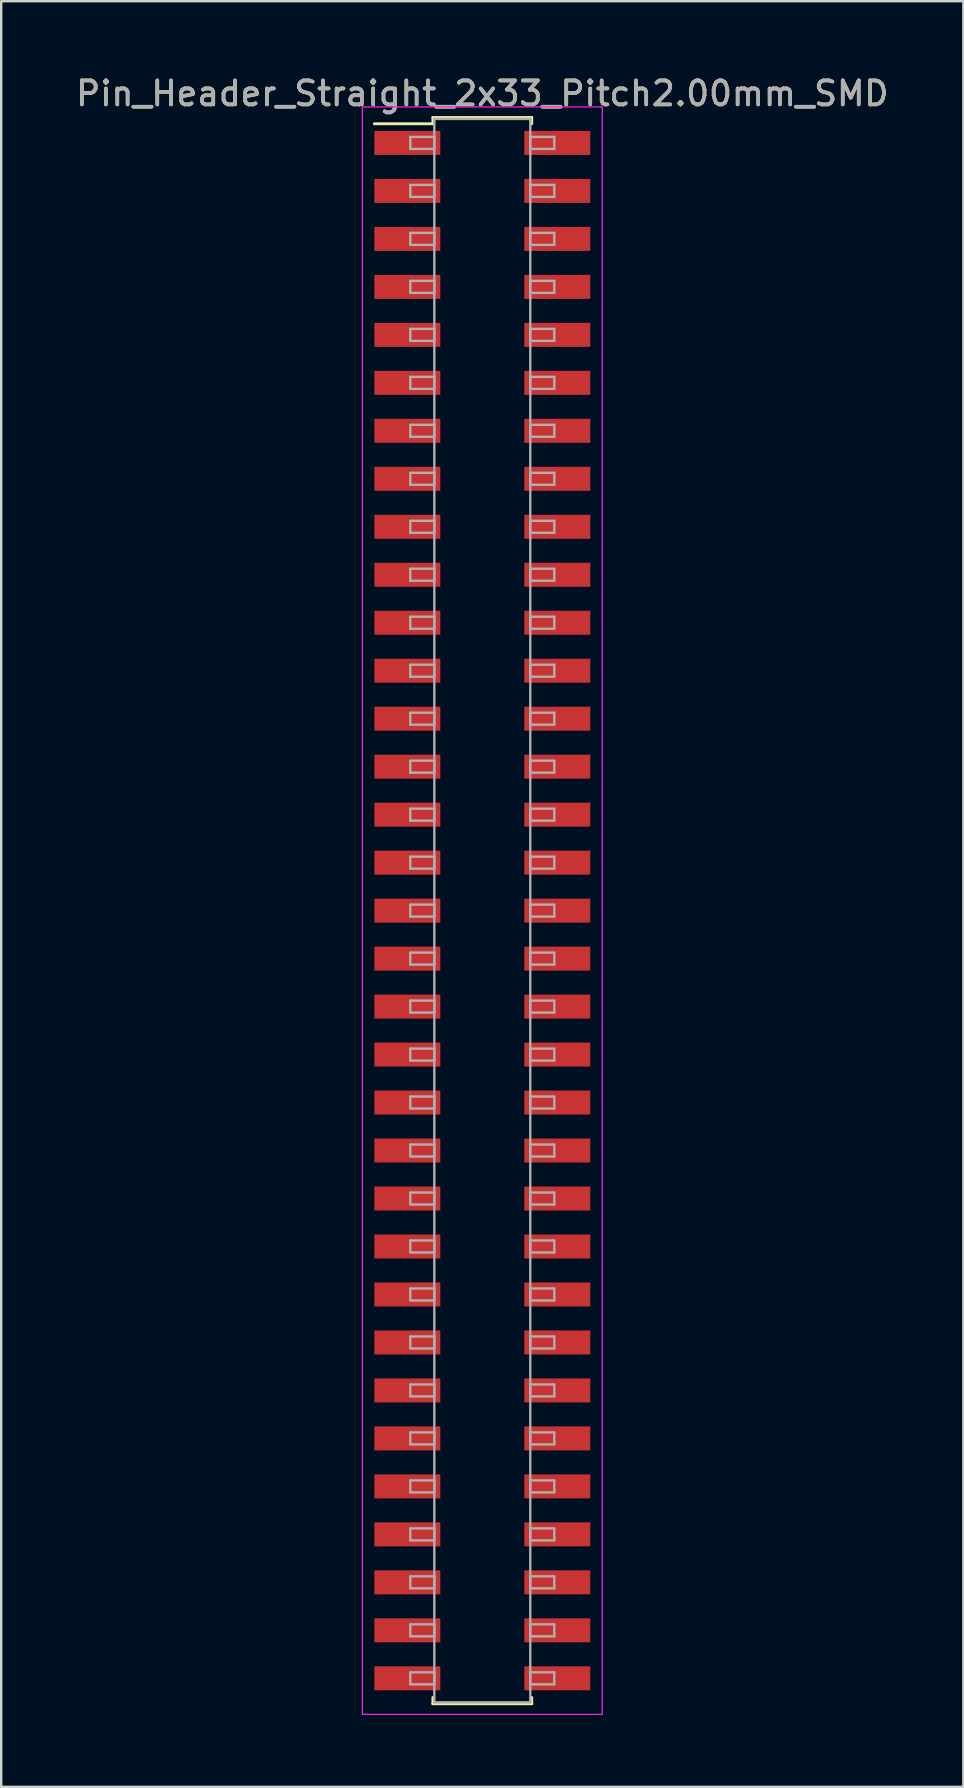
<source format=kicad_pcb>
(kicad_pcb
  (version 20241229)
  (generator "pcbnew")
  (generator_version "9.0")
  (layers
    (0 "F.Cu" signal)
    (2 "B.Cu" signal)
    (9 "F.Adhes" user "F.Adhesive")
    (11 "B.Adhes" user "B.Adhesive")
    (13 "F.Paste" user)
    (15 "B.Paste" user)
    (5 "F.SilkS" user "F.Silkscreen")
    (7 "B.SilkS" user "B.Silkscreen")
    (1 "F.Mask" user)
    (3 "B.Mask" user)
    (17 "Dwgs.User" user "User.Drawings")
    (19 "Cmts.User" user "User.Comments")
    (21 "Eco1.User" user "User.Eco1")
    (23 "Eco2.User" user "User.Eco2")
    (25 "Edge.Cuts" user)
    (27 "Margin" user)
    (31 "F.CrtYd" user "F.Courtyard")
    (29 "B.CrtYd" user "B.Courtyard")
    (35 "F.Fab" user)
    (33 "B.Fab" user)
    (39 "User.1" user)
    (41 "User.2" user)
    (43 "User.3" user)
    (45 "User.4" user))
  (footprint "Pin_Header_Straight_2x33_Pitch2.00mm_SMD"
    (layer "F.Cu")
    (at 17.054 34.908)
    (property "Reference" "Pin_Header_Straight_2x33_Pitch2.00mm_SMD" (at 0 -34.06 0) (layer "F.SilkS") (effects (font (size 1 1) (thickness 0.15))))
    (attr smd)
    (fp_line (start -4.5 -32.8) (end -2.06 -32.8) (stroke (width 0.12) (type solid)) (layer "F.SilkS"))
    (fp_line (start -2.06 -33.06) (end 2.06 -33.06) (stroke (width 0.12) (type solid)) (layer "F.SilkS"))
    (fp_line (start -2.06 -32.8) (end -2.06 -33.06) (stroke (width 0.12) (type solid)) (layer "F.SilkS"))
    (fp_line (start -2.06 32.8) (end -2.06 33.06) (stroke (width 0.12) (type solid)) (layer "F.SilkS"))
    (fp_line (start -2.06 33.06) (end 2.06 33.06) (stroke (width 0.12) (type solid)) (layer "F.SilkS"))
    (fp_line (start 2.06 -33.06) (end 2.06 -32.8) (stroke (width 0.12) (type solid)) (layer "F.SilkS"))
    (fp_line (start 2.06 33.06) (end 2.06 32.8) (stroke (width 0.12) (type solid)) (layer "F.SilkS"))
    (fp_line (start -5 -33.5) (end -5 33.5) (stroke (width 0.05) (type solid)) (layer "F.CrtYd"))
    (fp_line (start -5 33.5) (end 5 33.5) (stroke (width 0.05) (type solid)) (layer "F.CrtYd"))
    (fp_line (start 5 -33.5) (end -5 -33.5) (stroke (width 0.05) (type solid)) (layer "F.CrtYd"))
    (fp_line (start 5 33.5) (end 5 -33.5) (stroke (width 0.05) (type solid)) (layer "F.CrtYd"))
    (fp_line (start -3 -32.25) (end -2 -32.25) (stroke (width 0.1) (type solid)) (layer "F.Fab"))
    (fp_line (start -3 -31.75) (end -3 -32.25) (stroke (width 0.1) (type solid)) (layer "F.Fab"))
    (fp_line (start -3 -30.25) (end -2 -30.25) (stroke (width 0.1) (type solid)) (layer "F.Fab"))
    (fp_line (start -3 -29.75) (end -3 -30.25) (stroke (width 0.1) (type solid)) (layer "F.Fab"))
    (fp_line (start -3 -28.25) (end -2 -28.25) (stroke (width 0.1) (type solid)) (layer "F.Fab"))
    (fp_line (start -3 -27.75) (end -3 -28.25) (stroke (width 0.1) (type solid)) (layer "F.Fab"))
    (fp_line (start -3 -26.25) (end -2 -26.25) (stroke (width 0.1) (type solid)) (layer "F.Fab"))
    (fp_line (start -3 -25.75) (end -3 -26.25) (stroke (width 0.1) (type solid)) (layer "F.Fab"))
    (fp_line (start -3 -24.25) (end -2 -24.25) (stroke (width 0.1) (type solid)) (layer "F.Fab"))
    (fp_line (start -3 -23.75) (end -3 -24.25) (stroke (width 0.1) (type solid)) (layer "F.Fab"))
    (fp_line (start -3 -22.25) (end -2 -22.25) (stroke (width 0.1) (type solid)) (layer "F.Fab"))
    (fp_line (start -3 -21.75) (end -3 -22.25) (stroke (width 0.1) (type solid)) (layer "F.Fab"))
    (fp_line (start -3 -20.25) (end -2 -20.25) (stroke (width 0.1) (type solid)) (layer "F.Fab"))
    (fp_line (start -3 -19.75) (end -3 -20.25) (stroke (width 0.1) (type solid)) (layer "F.Fab"))
    (fp_line (start -3 -18.25) (end -2 -18.25) (stroke (width 0.1) (type solid)) (layer "F.Fab"))
    (fp_line (start -3 -17.75) (end -3 -18.25) (stroke (width 0.1) (type solid)) (layer "F.Fab"))
    (fp_line (start -3 -16.25) (end -2 -16.25) (stroke (width 0.1) (type solid)) (layer "F.Fab"))
    (fp_line (start -3 -15.75) (end -3 -16.25) (stroke (width 0.1) (type solid)) (layer "F.Fab"))
    (fp_line (start -3 -14.25) (end -2 -14.25) (stroke (width 0.1) (type solid)) (layer "F.Fab"))
    (fp_line (start -3 -13.75) (end -3 -14.25) (stroke (width 0.1) (type solid)) (layer "F.Fab"))
    (fp_line (start -3 -12.25) (end -2 -12.25) (stroke (width 0.1) (type solid)) (layer "F.Fab"))
    (fp_line (start -3 -11.75) (end -3 -12.25) (stroke (width 0.1) (type solid)) (layer "F.Fab"))
    (fp_line (start -3 -10.25) (end -2 -10.25) (stroke (width 0.1) (type solid)) (layer "F.Fab"))
    (fp_line (start -3 -9.75) (end -3 -10.25) (stroke (width 0.1) (type solid)) (layer "F.Fab"))
    (fp_line (start -3 -8.25) (end -2 -8.25) (stroke (width 0.1) (type solid)) (layer "F.Fab"))
    (fp_line (start -3 -7.75) (end -3 -8.25) (stroke (width 0.1) (type solid)) (layer "F.Fab"))
    (fp_line (start -3 -6.25) (end -2 -6.25) (stroke (width 0.1) (type solid)) (layer "F.Fab"))
    (fp_line (start -3 -5.75) (end -3 -6.25) (stroke (width 0.1) (type solid)) (layer "F.Fab"))
    (fp_line (start -3 -4.25) (end -2 -4.25) (stroke (width 0.1) (type solid)) (layer "F.Fab"))
    (fp_line (start -3 -3.75) (end -3 -4.25) (stroke (width 0.1) (type solid)) (layer "F.Fab"))
    (fp_line (start -3 -2.25) (end -2 -2.25) (stroke (width 0.1) (type solid)) (layer "F.Fab"))
    (fp_line (start -3 -1.75) (end -3 -2.25) (stroke (width 0.1) (type solid)) (layer "F.Fab"))
    (fp_line (start -3 -0.25) (end -2 -0.25) (stroke (width 0.1) (type solid)) (layer "F.Fab"))
    (fp_line (start -3 0.25) (end -3 -0.25) (stroke (width 0.1) (type solid)) (layer "F.Fab"))
    (fp_line (start -3 1.75) (end -2 1.75) (stroke (width 0.1) (type solid)) (layer "F.Fab"))
    (fp_line (start -3 2.25) (end -3 1.75) (stroke (width 0.1) (type solid)) (layer "F.Fab"))
    (fp_line (start -3 3.75) (end -2 3.75) (stroke (width 0.1) (type solid)) (layer "F.Fab"))
    (fp_line (start -3 4.25) (end -3 3.75) (stroke (width 0.1) (type solid)) (layer "F.Fab"))
    (fp_line (start -3 5.75) (end -2 5.75) (stroke (width 0.1) (type solid)) (layer "F.Fab"))
    (fp_line (start -3 6.25) (end -3 5.75) (stroke (width 0.1) (type solid)) (layer "F.Fab"))
    (fp_line (start -3 7.75) (end -2 7.75) (stroke (width 0.1) (type solid)) (layer "F.Fab"))
    (fp_line (start -3 8.25) (end -3 7.75) (stroke (width 0.1) (type solid)) (layer "F.Fab"))
    (fp_line (start -3 9.75) (end -2 9.75) (stroke (width 0.1) (type solid)) (layer "F.Fab"))
    (fp_line (start -3 10.25) (end -3 9.75) (stroke (width 0.1) (type solid)) (layer "F.Fab"))
    (fp_line (start -3 11.75) (end -2 11.75) (stroke (width 0.1) (type solid)) (layer "F.Fab"))
    (fp_line (start -3 12.25) (end -3 11.75) (stroke (width 0.1) (type solid)) (layer "F.Fab"))
    (fp_line (start -3 13.75) (end -2 13.75) (stroke (width 0.1) (type solid)) (layer "F.Fab"))
    (fp_line (start -3 14.25) (end -3 13.75) (stroke (width 0.1) (type solid)) (layer "F.Fab"))
    (fp_line (start -3 15.75) (end -2 15.75) (stroke (width 0.1) (type solid)) (layer "F.Fab"))
    (fp_line (start -3 16.25) (end -3 15.75) (stroke (width 0.1) (type solid)) (layer "F.Fab"))
    (fp_line (start -3 17.75) (end -2 17.75) (stroke (width 0.1) (type solid)) (layer "F.Fab"))
    (fp_line (start -3 18.25) (end -3 17.75) (stroke (width 0.1) (type solid)) (layer "F.Fab"))
    (fp_line (start -3 19.75) (end -2 19.75) (stroke (width 0.1) (type solid)) (layer "F.Fab"))
    (fp_line (start -3 20.25) (end -3 19.75) (stroke (width 0.1) (type solid)) (layer "F.Fab"))
    (fp_line (start -3 21.75) (end -2 21.75) (stroke (width 0.1) (type solid)) (layer "F.Fab"))
    (fp_line (start -3 22.25) (end -3 21.75) (stroke (width 0.1) (type solid)) (layer "F.Fab"))
    (fp_line (start -3 23.75) (end -2 23.75) (stroke (width 0.1) (type solid)) (layer "F.Fab"))
    (fp_line (start -3 24.25) (end -3 23.75) (stroke (width 0.1) (type solid)) (layer "F.Fab"))
    (fp_line (start -3 25.75) (end -2 25.75) (stroke (width 0.1) (type solid)) (layer "F.Fab"))
    (fp_line (start -3 26.25) (end -3 25.75) (stroke (width 0.1) (type solid)) (layer "F.Fab"))
    (fp_line (start -3 27.75) (end -2 27.75) (stroke (width 0.1) (type solid)) (layer "F.Fab"))
    (fp_line (start -3 28.25) (end -3 27.75) (stroke (width 0.1) (type solid)) (layer "F.Fab"))
    (fp_line (start -3 29.75) (end -2 29.75) (stroke (width 0.1) (type solid)) (layer "F.Fab"))
    (fp_line (start -3 30.25) (end -3 29.75) (stroke (width 0.1) (type solid)) (layer "F.Fab"))
    (fp_line (start -3 31.75) (end -2 31.75) (stroke (width 0.1) (type solid)) (layer "F.Fab"))
    (fp_line (start -3 32.25) (end -3 31.75) (stroke (width 0.1) (type solid)) (layer "F.Fab"))
    (fp_line (start -2 -33) (end -2 33) (stroke (width 0.1) (type solid)) (layer "F.Fab"))
    (fp_line (start -2 -32.25) (end -2 -31.75) (stroke (width 0.1) (type solid)) (layer "F.Fab"))
    (fp_line (start -2 -31.75) (end -3 -31.75) (stroke (width 0.1) (type solid)) (layer "F.Fab"))
    (fp_line (start -2 -30.25) (end -2 -29.75) (stroke (width 0.1) (type solid)) (layer "F.Fab"))
    (fp_line (start -2 -29.75) (end -3 -29.75) (stroke (width 0.1) (type solid)) (layer "F.Fab"))
    (fp_line (start -2 -28.25) (end -2 -27.75) (stroke (width 0.1) (type solid)) (layer "F.Fab"))
    (fp_line (start -2 -27.75) (end -3 -27.75) (stroke (width 0.1) (type solid)) (layer "F.Fab"))
    (fp_line (start -2 -26.25) (end -2 -25.75) (stroke (width 0.1) (type solid)) (layer "F.Fab"))
    (fp_line (start -2 -25.75) (end -3 -25.75) (stroke (width 0.1) (type solid)) (layer "F.Fab"))
    (fp_line (start -2 -24.25) (end -2 -23.75) (stroke (width 0.1) (type solid)) (layer "F.Fab"))
    (fp_line (start -2 -23.75) (end -3 -23.75) (stroke (width 0.1) (type solid)) (layer "F.Fab"))
    (fp_line (start -2 -22.25) (end -2 -21.75) (stroke (width 0.1) (type solid)) (layer "F.Fab"))
    (fp_line (start -2 -21.75) (end -3 -21.75) (stroke (width 0.1) (type solid)) (layer "F.Fab"))
    (fp_line (start -2 -20.25) (end -2 -19.75) (stroke (width 0.1) (type solid)) (layer "F.Fab"))
    (fp_line (start -2 -19.75) (end -3 -19.75) (stroke (width 0.1) (type solid)) (layer "F.Fab"))
    (fp_line (start -2 -18.25) (end -2 -17.75) (stroke (width 0.1) (type solid)) (layer "F.Fab"))
    (fp_line (start -2 -17.75) (end -3 -17.75) (stroke (width 0.1) (type solid)) (layer "F.Fab"))
    (fp_line (start -2 -16.25) (end -2 -15.75) (stroke (width 0.1) (type solid)) (layer "F.Fab"))
    (fp_line (start -2 -15.75) (end -3 -15.75) (stroke (width 0.1) (type solid)) (layer "F.Fab"))
    (fp_line (start -2 -14.25) (end -2 -13.75) (stroke (width 0.1) (type solid)) (layer "F.Fab"))
    (fp_line (start -2 -13.75) (end -3 -13.75) (stroke (width 0.1) (type solid)) (layer "F.Fab"))
    (fp_line (start -2 -12.25) (end -2 -11.75) (stroke (width 0.1) (type solid)) (layer "F.Fab"))
    (fp_line (start -2 -11.75) (end -3 -11.75) (stroke (width 0.1) (type solid)) (layer "F.Fab"))
    (fp_line (start -2 -10.25) (end -2 -9.75) (stroke (width 0.1) (type solid)) (layer "F.Fab"))
    (fp_line (start -2 -9.75) (end -3 -9.75) (stroke (width 0.1) (type solid)) (layer "F.Fab"))
    (fp_line (start -2 -8.25) (end -2 -7.75) (stroke (width 0.1) (type solid)) (layer "F.Fab"))
    (fp_line (start -2 -7.75) (end -3 -7.75) (stroke (width 0.1) (type solid)) (layer "F.Fab"))
    (fp_line (start -2 -6.25) (end -2 -5.75) (stroke (width 0.1) (type solid)) (layer "F.Fab"))
    (fp_line (start -2 -5.75) (end -3 -5.75) (stroke (width 0.1) (type solid)) (layer "F.Fab"))
    (fp_line (start -2 -4.25) (end -2 -3.75) (stroke (width 0.1) (type solid)) (layer "F.Fab"))
    (fp_line (start -2 -3.75) (end -3 -3.75) (stroke (width 0.1) (type solid)) (layer "F.Fab"))
    (fp_line (start -2 -2.25) (end -2 -1.75) (stroke (width 0.1) (type solid)) (layer "F.Fab"))
    (fp_line (start -2 -1.75) (end -3 -1.75) (stroke (width 0.1) (type solid)) (layer "F.Fab"))
    (fp_line (start -2 -0.25) (end -2 0.25) (stroke (width 0.1) (type solid)) (layer "F.Fab"))
    (fp_line (start -2 0.25) (end -3 0.25) (stroke (width 0.1) (type solid)) (layer "F.Fab"))
    (fp_line (start -2 1.75) (end -2 2.25) (stroke (width 0.1) (type solid)) (layer "F.Fab"))
    (fp_line (start -2 2.25) (end -3 2.25) (stroke (width 0.1) (type solid)) (layer "F.Fab"))
    (fp_line (start -2 3.75) (end -2 4.25) (stroke (width 0.1) (type solid)) (layer "F.Fab"))
    (fp_line (start -2 4.25) (end -3 4.25) (stroke (width 0.1) (type solid)) (layer "F.Fab"))
    (fp_line (start -2 5.75) (end -2 6.25) (stroke (width 0.1) (type solid)) (layer "F.Fab"))
    (fp_line (start -2 6.25) (end -3 6.25) (stroke (width 0.1) (type solid)) (layer "F.Fab"))
    (fp_line (start -2 7.75) (end -2 8.25) (stroke (width 0.1) (type solid)) (layer "F.Fab"))
    (fp_line (start -2 8.25) (end -3 8.25) (stroke (width 0.1) (type solid)) (layer "F.Fab"))
    (fp_line (start -2 9.75) (end -2 10.25) (stroke (width 0.1) (type solid)) (layer "F.Fab"))
    (fp_line (start -2 10.25) (end -3 10.25) (stroke (width 0.1) (type solid)) (layer "F.Fab"))
    (fp_line (start -2 11.75) (end -2 12.25) (stroke (width 0.1) (type solid)) (layer "F.Fab"))
    (fp_line (start -2 12.25) (end -3 12.25) (stroke (width 0.1) (type solid)) (layer "F.Fab"))
    (fp_line (start -2 13.75) (end -2 14.25) (stroke (width 0.1) (type solid)) (layer "F.Fab"))
    (fp_line (start -2 14.25) (end -3 14.25) (stroke (width 0.1) (type solid)) (layer "F.Fab"))
    (fp_line (start -2 15.75) (end -2 16.25) (stroke (width 0.1) (type solid)) (layer "F.Fab"))
    (fp_line (start -2 16.25) (end -3 16.25) (stroke (width 0.1) (type solid)) (layer "F.Fab"))
    (fp_line (start -2 17.75) (end -2 18.25) (stroke (width 0.1) (type solid)) (layer "F.Fab"))
    (fp_line (start -2 18.25) (end -3 18.25) (stroke (width 0.1) (type solid)) (layer "F.Fab"))
    (fp_line (start -2 19.75) (end -2 20.25) (stroke (width 0.1) (type solid)) (layer "F.Fab"))
    (fp_line (start -2 20.25) (end -3 20.25) (stroke (width 0.1) (type solid)) (layer "F.Fab"))
    (fp_line (start -2 21.75) (end -2 22.25) (stroke (width 0.1) (type solid)) (layer "F.Fab"))
    (fp_line (start -2 22.25) (end -3 22.25) (stroke (width 0.1) (type solid)) (layer "F.Fab"))
    (fp_line (start -2 23.75) (end -2 24.25) (stroke (width 0.1) (type solid)) (layer "F.Fab"))
    (fp_line (start -2 24.25) (end -3 24.25) (stroke (width 0.1) (type solid)) (layer "F.Fab"))
    (fp_line (start -2 25.75) (end -2 26.25) (stroke (width 0.1) (type solid)) (layer "F.Fab"))
    (fp_line (start -2 26.25) (end -3 26.25) (stroke (width 0.1) (type solid)) (layer "F.Fab"))
    (fp_line (start -2 27.75) (end -2 28.25) (stroke (width 0.1) (type solid)) (layer "F.Fab"))
    (fp_line (start -2 28.25) (end -3 28.25) (stroke (width 0.1) (type solid)) (layer "F.Fab"))
    (fp_line (start -2 29.75) (end -2 30.25) (stroke (width 0.1) (type solid)) (layer "F.Fab"))
    (fp_line (start -2 30.25) (end -3 30.25) (stroke (width 0.1) (type solid)) (layer "F.Fab"))
    (fp_line (start -2 31.75) (end -2 32.25) (stroke (width 0.1) (type solid)) (layer "F.Fab"))
    (fp_line (start -2 32.25) (end -3 32.25) (stroke (width 0.1) (type solid)) (layer "F.Fab"))
    (fp_line (start -2 33) (end 2 33) (stroke (width 0.1) (type solid)) (layer "F.Fab"))
    (fp_line (start 2 -33) (end -2 -33) (stroke (width 0.1) (type solid)) (layer "F.Fab"))
    (fp_line (start 2 -32.25) (end 2 -31.75) (stroke (width 0.1) (type solid)) (layer "F.Fab"))
    (fp_line (start 2 -31.75) (end 3 -31.75) (stroke (width 0.1) (type solid)) (layer "F.Fab"))
    (fp_line (start 2 -30.25) (end 2 -29.75) (stroke (width 0.1) (type solid)) (layer "F.Fab"))
    (fp_line (start 2 -29.75) (end 3 -29.75) (stroke (width 0.1) (type solid)) (layer "F.Fab"))
    (fp_line (start 2 -28.25) (end 2 -27.75) (stroke (width 0.1) (type solid)) (layer "F.Fab"))
    (fp_line (start 2 -27.75) (end 3 -27.75) (stroke (width 0.1) (type solid)) (layer "F.Fab"))
    (fp_line (start 2 -26.25) (end 2 -25.75) (stroke (width 0.1) (type solid)) (layer "F.Fab"))
    (fp_line (start 2 -25.75) (end 3 -25.75) (stroke (width 0.1) (type solid)) (layer "F.Fab"))
    (fp_line (start 2 -24.25) (end 2 -23.75) (stroke (width 0.1) (type solid)) (layer "F.Fab"))
    (fp_line (start 2 -23.75) (end 3 -23.75) (stroke (width 0.1) (type solid)) (layer "F.Fab"))
    (fp_line (start 2 -22.25) (end 2 -21.75) (stroke (width 0.1) (type solid)) (layer "F.Fab"))
    (fp_line (start 2 -21.75) (end 3 -21.75) (stroke (width 0.1) (type solid)) (layer "F.Fab"))
    (fp_line (start 2 -20.25) (end 2 -19.75) (stroke (width 0.1) (type solid)) (layer "F.Fab"))
    (fp_line (start 2 -19.75) (end 3 -19.75) (stroke (width 0.1) (type solid)) (layer "F.Fab"))
    (fp_line (start 2 -18.25) (end 2 -17.75) (stroke (width 0.1) (type solid)) (layer "F.Fab"))
    (fp_line (start 2 -17.75) (end 3 -17.75) (stroke (width 0.1) (type solid)) (layer "F.Fab"))
    (fp_line (start 2 -16.25) (end 2 -15.75) (stroke (width 0.1) (type solid)) (layer "F.Fab"))
    (fp_line (start 2 -15.75) (end 3 -15.75) (stroke (width 0.1) (type solid)) (layer "F.Fab"))
    (fp_line (start 2 -14.25) (end 2 -13.75) (stroke (width 0.1) (type solid)) (layer "F.Fab"))
    (fp_line (start 2 -13.75) (end 3 -13.75) (stroke (width 0.1) (type solid)) (layer "F.Fab"))
    (fp_line (start 2 -12.25) (end 2 -11.75) (stroke (width 0.1) (type solid)) (layer "F.Fab"))
    (fp_line (start 2 -11.75) (end 3 -11.75) (stroke (width 0.1) (type solid)) (layer "F.Fab"))
    (fp_line (start 2 -10.25) (end 2 -9.75) (stroke (width 0.1) (type solid)) (layer "F.Fab"))
    (fp_line (start 2 -9.75) (end 3 -9.75) (stroke (width 0.1) (type solid)) (layer "F.Fab"))
    (fp_line (start 2 -8.25) (end 2 -7.75) (stroke (width 0.1) (type solid)) (layer "F.Fab"))
    (fp_line (start 2 -7.75) (end 3 -7.75) (stroke (width 0.1) (type solid)) (layer "F.Fab"))
    (fp_line (start 2 -6.25) (end 2 -5.75) (stroke (width 0.1) (type solid)) (layer "F.Fab"))
    (fp_line (start 2 -5.75) (end 3 -5.75) (stroke (width 0.1) (type solid)) (layer "F.Fab"))
    (fp_line (start 2 -4.25) (end 2 -3.75) (stroke (width 0.1) (type solid)) (layer "F.Fab"))
    (fp_line (start 2 -3.75) (end 3 -3.75) (stroke (width 0.1) (type solid)) (layer "F.Fab"))
    (fp_line (start 2 -2.25) (end 2 -1.75) (stroke (width 0.1) (type solid)) (layer "F.Fab"))
    (fp_line (start 2 -1.75) (end 3 -1.75) (stroke (width 0.1) (type solid)) (layer "F.Fab"))
    (fp_line (start 2 -0.25) (end 2 0.25) (stroke (width 0.1) (type solid)) (layer "F.Fab"))
    (fp_line (start 2 0.25) (end 3 0.25) (stroke (width 0.1) (type solid)) (layer "F.Fab"))
    (fp_line (start 2 1.75) (end 2 2.25) (stroke (width 0.1) (type solid)) (layer "F.Fab"))
    (fp_line (start 2 2.25) (end 3 2.25) (stroke (width 0.1) (type solid)) (layer "F.Fab"))
    (fp_line (start 2 3.75) (end 2 4.25) (stroke (width 0.1) (type solid)) (layer "F.Fab"))
    (fp_line (start 2 4.25) (end 3 4.25) (stroke (width 0.1) (type solid)) (layer "F.Fab"))
    (fp_line (start 2 5.75) (end 2 6.25) (stroke (width 0.1) (type solid)) (layer "F.Fab"))
    (fp_line (start 2 6.25) (end 3 6.25) (stroke (width 0.1) (type solid)) (layer "F.Fab"))
    (fp_line (start 2 7.75) (end 2 8.25) (stroke (width 0.1) (type solid)) (layer "F.Fab"))
    (fp_line (start 2 8.25) (end 3 8.25) (stroke (width 0.1) (type solid)) (layer "F.Fab"))
    (fp_line (start 2 9.75) (end 2 10.25) (stroke (width 0.1) (type solid)) (layer "F.Fab"))
    (fp_line (start 2 10.25) (end 3 10.25) (stroke (width 0.1) (type solid)) (layer "F.Fab"))
    (fp_line (start 2 11.75) (end 2 12.25) (stroke (width 0.1) (type solid)) (layer "F.Fab"))
    (fp_line (start 2 12.25) (end 3 12.25) (stroke (width 0.1) (type solid)) (layer "F.Fab"))
    (fp_line (start 2 13.75) (end 2 14.25) (stroke (width 0.1) (type solid)) (layer "F.Fab"))
    (fp_line (start 2 14.25) (end 3 14.25) (stroke (width 0.1) (type solid)) (layer "F.Fab"))
    (fp_line (start 2 15.75) (end 2 16.25) (stroke (width 0.1) (type solid)) (layer "F.Fab"))
    (fp_line (start 2 16.25) (end 3 16.25) (stroke (width 0.1) (type solid)) (layer "F.Fab"))
    (fp_line (start 2 17.75) (end 2 18.25) (stroke (width 0.1) (type solid)) (layer "F.Fab"))
    (fp_line (start 2 18.25) (end 3 18.25) (stroke (width 0.1) (type solid)) (layer "F.Fab"))
    (fp_line (start 2 19.75) (end 2 20.25) (stroke (width 0.1) (type solid)) (layer "F.Fab"))
    (fp_line (start 2 20.25) (end 3 20.25) (stroke (width 0.1) (type solid)) (layer "F.Fab"))
    (fp_line (start 2 21.75) (end 2 22.25) (stroke (width 0.1) (type solid)) (layer "F.Fab"))
    (fp_line (start 2 22.25) (end 3 22.25) (stroke (width 0.1) (type solid)) (layer "F.Fab"))
    (fp_line (start 2 23.75) (end 2 24.25) (stroke (width 0.1) (type solid)) (layer "F.Fab"))
    (fp_line (start 2 24.25) (end 3 24.25) (stroke (width 0.1) (type solid)) (layer "F.Fab"))
    (fp_line (start 2 25.75) (end 2 26.25) (stroke (width 0.1) (type solid)) (layer "F.Fab"))
    (fp_line (start 2 26.25) (end 3 26.25) (stroke (width 0.1) (type solid)) (layer "F.Fab"))
    (fp_line (start 2 27.75) (end 2 28.25) (stroke (width 0.1) (type solid)) (layer "F.Fab"))
    (fp_line (start 2 28.25) (end 3 28.25) (stroke (width 0.1) (type solid)) (layer "F.Fab"))
    (fp_line (start 2 29.75) (end 2 30.25) (stroke (width 0.1) (type solid)) (layer "F.Fab"))
    (fp_line (start 2 30.25) (end 3 30.25) (stroke (width 0.1) (type solid)) (layer "F.Fab"))
    (fp_line (start 2 31.75) (end 2 32.25) (stroke (width 0.1) (type solid)) (layer "F.Fab"))
    (fp_line (start 2 32.25) (end 3 32.25) (stroke (width 0.1) (type solid)) (layer "F.Fab"))
    (fp_line (start 2 33) (end 2 -33) (stroke (width 0.1) (type solid)) (layer "F.Fab"))
    (fp_line (start 3 -32.25) (end 2 -32.25) (stroke (width 0.1) (type solid)) (layer "F.Fab"))
    (fp_line (start 3 -31.75) (end 3 -32.25) (stroke (width 0.1) (type solid)) (layer "F.Fab"))
    (fp_line (start 3 -30.25) (end 2 -30.25) (stroke (width 0.1) (type solid)) (layer "F.Fab"))
    (fp_line (start 3 -29.75) (end 3 -30.25) (stroke (width 0.1) (type solid)) (layer "F.Fab"))
    (fp_line (start 3 -28.25) (end 2 -28.25) (stroke (width 0.1) (type solid)) (layer "F.Fab"))
    (fp_line (start 3 -27.75) (end 3 -28.25) (stroke (width 0.1) (type solid)) (layer "F.Fab"))
    (fp_line (start 3 -26.25) (end 2 -26.25) (stroke (width 0.1) (type solid)) (layer "F.Fab"))
    (fp_line (start 3 -25.75) (end 3 -26.25) (stroke (width 0.1) (type solid)) (layer "F.Fab"))
    (fp_line (start 3 -24.25) (end 2 -24.25) (stroke (width 0.1) (type solid)) (layer "F.Fab"))
    (fp_line (start 3 -23.75) (end 3 -24.25) (stroke (width 0.1) (type solid)) (layer "F.Fab"))
    (fp_line (start 3 -22.25) (end 2 -22.25) (stroke (width 0.1) (type solid)) (layer "F.Fab"))
    (fp_line (start 3 -21.75) (end 3 -22.25) (stroke (width 0.1) (type solid)) (layer "F.Fab"))
    (fp_line (start 3 -20.25) (end 2 -20.25) (stroke (width 0.1) (type solid)) (layer "F.Fab"))
    (fp_line (start 3 -19.75) (end 3 -20.25) (stroke (width 0.1) (type solid)) (layer "F.Fab"))
    (fp_line (start 3 -18.25) (end 2 -18.25) (stroke (width 0.1) (type solid)) (layer "F.Fab"))
    (fp_line (start 3 -17.75) (end 3 -18.25) (stroke (width 0.1) (type solid)) (layer "F.Fab"))
    (fp_line (start 3 -16.25) (end 2 -16.25) (stroke (width 0.1) (type solid)) (layer "F.Fab"))
    (fp_line (start 3 -15.75) (end 3 -16.25) (stroke (width 0.1) (type solid)) (layer "F.Fab"))
    (fp_line (start 3 -14.25) (end 2 -14.25) (stroke (width 0.1) (type solid)) (layer "F.Fab"))
    (fp_line (start 3 -13.75) (end 3 -14.25) (stroke (width 0.1) (type solid)) (layer "F.Fab"))
    (fp_line (start 3 -12.25) (end 2 -12.25) (stroke (width 0.1) (type solid)) (layer "F.Fab"))
    (fp_line (start 3 -11.75) (end 3 -12.25) (stroke (width 0.1) (type solid)) (layer "F.Fab"))
    (fp_line (start 3 -10.25) (end 2 -10.25) (stroke (width 0.1) (type solid)) (layer "F.Fab"))
    (fp_line (start 3 -9.75) (end 3 -10.25) (stroke (width 0.1) (type solid)) (layer "F.Fab"))
    (fp_line (start 3 -8.25) (end 2 -8.25) (stroke (width 0.1) (type solid)) (layer "F.Fab"))
    (fp_line (start 3 -7.75) (end 3 -8.25) (stroke (width 0.1) (type solid)) (layer "F.Fab"))
    (fp_line (start 3 -6.25) (end 2 -6.25) (stroke (width 0.1) (type solid)) (layer "F.Fab"))
    (fp_line (start 3 -5.75) (end 3 -6.25) (stroke (width 0.1) (type solid)) (layer "F.Fab"))
    (fp_line (start 3 -4.25) (end 2 -4.25) (stroke (width 0.1) (type solid)) (layer "F.Fab"))
    (fp_line (start 3 -3.75) (end 3 -4.25) (stroke (width 0.1) (type solid)) (layer "F.Fab"))
    (fp_line (start 3 -2.25) (end 2 -2.25) (stroke (width 0.1) (type solid)) (layer "F.Fab"))
    (fp_line (start 3 -1.75) (end 3 -2.25) (stroke (width 0.1) (type solid)) (layer "F.Fab"))
    (fp_line (start 3 -0.25) (end 2 -0.25) (stroke (width 0.1) (type solid)) (layer "F.Fab"))
    (fp_line (start 3 0.25) (end 3 -0.25) (stroke (width 0.1) (type solid)) (layer "F.Fab"))
    (fp_line (start 3 1.75) (end 2 1.75) (stroke (width 0.1) (type solid)) (layer "F.Fab"))
    (fp_line (start 3 2.25) (end 3 1.75) (stroke (width 0.1) (type solid)) (layer "F.Fab"))
    (fp_line (start 3 3.75) (end 2 3.75) (stroke (width 0.1) (type solid)) (layer "F.Fab"))
    (fp_line (start 3 4.25) (end 3 3.75) (stroke (width 0.1) (type solid)) (layer "F.Fab"))
    (fp_line (start 3 5.75) (end 2 5.75) (stroke (width 0.1) (type solid)) (layer "F.Fab"))
    (fp_line (start 3 6.25) (end 3 5.75) (stroke (width 0.1) (type solid)) (layer "F.Fab"))
    (fp_line (start 3 7.75) (end 2 7.75) (stroke (width 0.1) (type solid)) (layer "F.Fab"))
    (fp_line (start 3 8.25) (end 3 7.75) (stroke (width 0.1) (type solid)) (layer "F.Fab"))
    (fp_line (start 3 9.75) (end 2 9.75) (stroke (width 0.1) (type solid)) (layer "F.Fab"))
    (fp_line (start 3 10.25) (end 3 9.75) (stroke (width 0.1) (type solid)) (layer "F.Fab"))
    (fp_line (start 3 11.75) (end 2 11.75) (stroke (width 0.1) (type solid)) (layer "F.Fab"))
    (fp_line (start 3 12.25) (end 3 11.75) (stroke (width 0.1) (type solid)) (layer "F.Fab"))
    (fp_line (start 3 13.75) (end 2 13.75) (stroke (width 0.1) (type solid)) (layer "F.Fab"))
    (fp_line (start 3 14.25) (end 3 13.75) (stroke (width 0.1) (type solid)) (layer "F.Fab"))
    (fp_line (start 3 15.75) (end 2 15.75) (stroke (width 0.1) (type solid)) (layer "F.Fab"))
    (fp_line (start 3 16.25) (end 3 15.75) (stroke (width 0.1) (type solid)) (layer "F.Fab"))
    (fp_line (start 3 17.75) (end 2 17.75) (stroke (width 0.1) (type solid)) (layer "F.Fab"))
    (fp_line (start 3 18.25) (end 3 17.75) (stroke (width 0.1) (type solid)) (layer "F.Fab"))
    (fp_line (start 3 19.75) (end 2 19.75) (stroke (width 0.1) (type solid)) (layer "F.Fab"))
    (fp_line (start 3 20.25) (end 3 19.75) (stroke (width 0.1) (type solid)) (layer "F.Fab"))
    (fp_line (start 3 21.75) (end 2 21.75) (stroke (width 0.1) (type solid)) (layer "F.Fab"))
    (fp_line (start 3 22.25) (end 3 21.75) (stroke (width 0.1) (type solid)) (layer "F.Fab"))
    (fp_line (start 3 23.75) (end 2 23.75) (stroke (width 0.1) (type solid)) (layer "F.Fab"))
    (fp_line (start 3 24.25) (end 3 23.75) (stroke (width 0.1) (type solid)) (layer "F.Fab"))
    (fp_line (start 3 25.75) (end 2 25.75) (stroke (width 0.1) (type solid)) (layer "F.Fab"))
    (fp_line (start 3 26.25) (end 3 25.75) (stroke (width 0.1) (type solid)) (layer "F.Fab"))
    (fp_line (start 3 27.75) (end 2 27.75) (stroke (width 0.1) (type solid)) (layer "F.Fab"))
    (fp_line (start 3 28.25) (end 3 27.75) (stroke (width 0.1) (type solid)) (layer "F.Fab"))
    (fp_line (start 3 29.75) (end 2 29.75) (stroke (width 0.1) (type solid)) (layer "F.Fab"))
    (fp_line (start 3 30.25) (end 3 29.75) (stroke (width 0.1) (type solid)) (layer "F.Fab"))
    (fp_line (start 3 31.75) (end 2 31.75) (stroke (width 0.1) (type solid)) (layer "F.Fab"))
    (fp_line (start 3 32.25) (end 3 31.75) (stroke (width 0.1) (type solid)) (layer "F.Fab"))
    (fp_text user "${REFERENCE}" (at 0 -34.06 0) (layer "F.Fab") (effects (font (size 1 1) (thickness 0.15))))
    (pad "1" smd rect (at -3.125 -32) (size 2.75 1) (layers "F.Cu" "F.Mask" "F.Paste"))
    (pad "2" smd rect (at 3.125 -32) (size 2.75 1) (layers "F.Cu" "F.Mask" "F.Paste"))
    (pad "3" smd rect (at -3.125 -30) (size 2.75 1) (layers "F.Cu" "F.Mask" "F.Paste"))
    (pad "4" smd rect (at 3.125 -30) (size 2.75 1) (layers "F.Cu" "F.Mask" "F.Paste"))
    (pad "5" smd rect (at -3.125 -28) (size 2.75 1) (layers "F.Cu" "F.Mask" "F.Paste"))
    (pad "6" smd rect (at 3.125 -28) (size 2.75 1) (layers "F.Cu" "F.Mask" "F.Paste"))
    (pad "7" smd rect (at -3.125 -26) (size 2.75 1) (layers "F.Cu" "F.Mask" "F.Paste"))
    (pad "8" smd rect (at 3.125 -26) (size 2.75 1) (layers "F.Cu" "F.Mask" "F.Paste"))
    (pad "9" smd rect (at -3.125 -24) (size 2.75 1) (layers "F.Cu" "F.Mask" "F.Paste"))
    (pad "10" smd rect (at 3.125 -24) (size 2.75 1) (layers "F.Cu" "F.Mask" "F.Paste"))
    (pad "11" smd rect (at -3.125 -22) (size 2.75 1) (layers "F.Cu" "F.Mask" "F.Paste"))
    (pad "12" smd rect (at 3.125 -22) (size 2.75 1) (layers "F.Cu" "F.Mask" "F.Paste"))
    (pad "13" smd rect (at -3.125 -20) (size 2.75 1) (layers "F.Cu" "F.Mask" "F.Paste"))
    (pad "14" smd rect (at 3.125 -20) (size 2.75 1) (layers "F.Cu" "F.Mask" "F.Paste"))
    (pad "15" smd rect (at -3.125 -18) (size 2.75 1) (layers "F.Cu" "F.Mask" "F.Paste"))
    (pad "16" smd rect (at 3.125 -18) (size 2.75 1) (layers "F.Cu" "F.Mask" "F.Paste"))
    (pad "17" smd rect (at -3.125 -16) (size 2.75 1) (layers "F.Cu" "F.Mask" "F.Paste"))
    (pad "18" smd rect (at 3.125 -16) (size 2.75 1) (layers "F.Cu" "F.Mask" "F.Paste"))
    (pad "19" smd rect (at -3.125 -14) (size 2.75 1) (layers "F.Cu" "F.Mask" "F.Paste"))
    (pad "20" smd rect (at 3.125 -14) (size 2.75 1) (layers "F.Cu" "F.Mask" "F.Paste"))
    (pad "21" smd rect (at -3.125 -12) (size 2.75 1) (layers "F.Cu" "F.Mask" "F.Paste"))
    (pad "22" smd rect (at 3.125 -12) (size 2.75 1) (layers "F.Cu" "F.Mask" "F.Paste"))
    (pad "23" smd rect (at -3.125 -10) (size 2.75 1) (layers "F.Cu" "F.Mask" "F.Paste"))
    (pad "24" smd rect (at 3.125 -10) (size 2.75 1) (layers "F.Cu" "F.Mask" "F.Paste"))
    (pad "25" smd rect (at -3.125 -8) (size 2.75 1) (layers "F.Cu" "F.Mask" "F.Paste"))
    (pad "26" smd rect (at 3.125 -8) (size 2.75 1) (layers "F.Cu" "F.Mask" "F.Paste"))
    (pad "27" smd rect (at -3.125 -6) (size 2.75 1) (layers "F.Cu" "F.Mask" "F.Paste"))
    (pad "28" smd rect (at 3.125 -6) (size 2.75 1) (layers "F.Cu" "F.Mask" "F.Paste"))
    (pad "29" smd rect (at -3.125 -4) (size 2.75 1) (layers "F.Cu" "F.Mask" "F.Paste"))
    (pad "30" smd rect (at 3.125 -4) (size 2.75 1) (layers "F.Cu" "F.Mask" "F.Paste"))
    (pad "31" smd rect (at -3.125 -2) (size 2.75 1) (layers "F.Cu" "F.Mask" "F.Paste"))
    (pad "32" smd rect (at 3.125 -2) (size 2.75 1) (layers "F.Cu" "F.Mask" "F.Paste"))
    (pad "33" smd rect (at -3.125 0) (size 2.75 1) (layers "F.Cu" "F.Mask" "F.Paste"))
    (pad "34" smd rect (at 3.125 0) (size 2.75 1) (layers "F.Cu" "F.Mask" "F.Paste"))
    (pad "35" smd rect (at -3.125 2) (size 2.75 1) (layers "F.Cu" "F.Mask" "F.Paste"))
    (pad "36" smd rect (at 3.125 2) (size 2.75 1) (layers "F.Cu" "F.Mask" "F.Paste"))
    (pad "37" smd rect (at -3.125 4) (size 2.75 1) (layers "F.Cu" "F.Mask" "F.Paste"))
    (pad "38" smd rect (at 3.125 4) (size 2.75 1) (layers "F.Cu" "F.Mask" "F.Paste"))
    (pad "39" smd rect (at -3.125 6) (size 2.75 1) (layers "F.Cu" "F.Mask" "F.Paste"))
    (pad "40" smd rect (at 3.125 6) (size 2.75 1) (layers "F.Cu" "F.Mask" "F.Paste"))
    (pad "41" smd rect (at -3.125 8) (size 2.75 1) (layers "F.Cu" "F.Mask" "F.Paste"))
    (pad "42" smd rect (at 3.125 8) (size 2.75 1) (layers "F.Cu" "F.Mask" "F.Paste"))
    (pad "43" smd rect (at -3.125 10) (size 2.75 1) (layers "F.Cu" "F.Mask" "F.Paste"))
    (pad "44" smd rect (at 3.125 10) (size 2.75 1) (layers "F.Cu" "F.Mask" "F.Paste"))
    (pad "45" smd rect (at -3.125 12) (size 2.75 1) (layers "F.Cu" "F.Mask" "F.Paste"))
    (pad "46" smd rect (at 3.125 12) (size 2.75 1) (layers "F.Cu" "F.Mask" "F.Paste"))
    (pad "47" smd rect (at -3.125 14) (size 2.75 1) (layers "F.Cu" "F.Mask" "F.Paste"))
    (pad "48" smd rect (at 3.125 14) (size 2.75 1) (layers "F.Cu" "F.Mask" "F.Paste"))
    (pad "49" smd rect (at -3.125 16) (size 2.75 1) (layers "F.Cu" "F.Mask" "F.Paste"))
    (pad "50" smd rect (at 3.125 16) (size 2.75 1) (layers "F.Cu" "F.Mask" "F.Paste"))
    (pad "51" smd rect (at -3.125 18) (size 2.75 1) (layers "F.Cu" "F.Mask" "F.Paste"))
    (pad "52" smd rect (at 3.125 18) (size 2.75 1) (layers "F.Cu" "F.Mask" "F.Paste"))
    (pad "53" smd rect (at -3.125 20) (size 2.75 1) (layers "F.Cu" "F.Mask" "F.Paste"))
    (pad "54" smd rect (at 3.125 20) (size 2.75 1) (layers "F.Cu" "F.Mask" "F.Paste"))
    (pad "55" smd rect (at -3.125 22) (size 2.75 1) (layers "F.Cu" "F.Mask" "F.Paste"))
    (pad "56" smd rect (at 3.125 22) (size 2.75 1) (layers "F.Cu" "F.Mask" "F.Paste"))
    (pad "57" smd rect (at -3.125 24) (size 2.75 1) (layers "F.Cu" "F.Mask" "F.Paste"))
    (pad "58" smd rect (at 3.125 24) (size 2.75 1) (layers "F.Cu" "F.Mask" "F.Paste"))
    (pad "59" smd rect (at -3.125 26) (size 2.75 1) (layers "F.Cu" "F.Mask" "F.Paste"))
    (pad "60" smd rect (at 3.125 26) (size 2.75 1) (layers "F.Cu" "F.Mask" "F.Paste"))
    (pad "61" smd rect (at -3.125 28) (size 2.75 1) (layers "F.Cu" "F.Mask" "F.Paste"))
    (pad "62" smd rect (at 3.125 28) (size 2.75 1) (layers "F.Cu" "F.Mask" "F.Paste"))
    (pad "63" smd rect (at -3.125 30) (size 2.75 1) (layers "F.Cu" "F.Mask" "F.Paste"))
    (pad "64" smd rect (at 3.125 30) (size 2.75 1) (layers "F.Cu" "F.Mask" "F.Paste"))
    (pad "65" smd rect (at -3.125 32) (size 2.75 1) (layers "F.Cu" "F.Mask" "F.Paste"))
    (pad "66" smd rect (at 3.125 32) (size 2.75 1) (layers "F.Cu" "F.Mask" "F.Paste")))
  (gr_rect
    (start -3 -3)
    (end 37.107 71.433)
    (stroke (width 0.1) (type default))
    (fill no)
    (layer "Edge.Cuts")))
</source>
